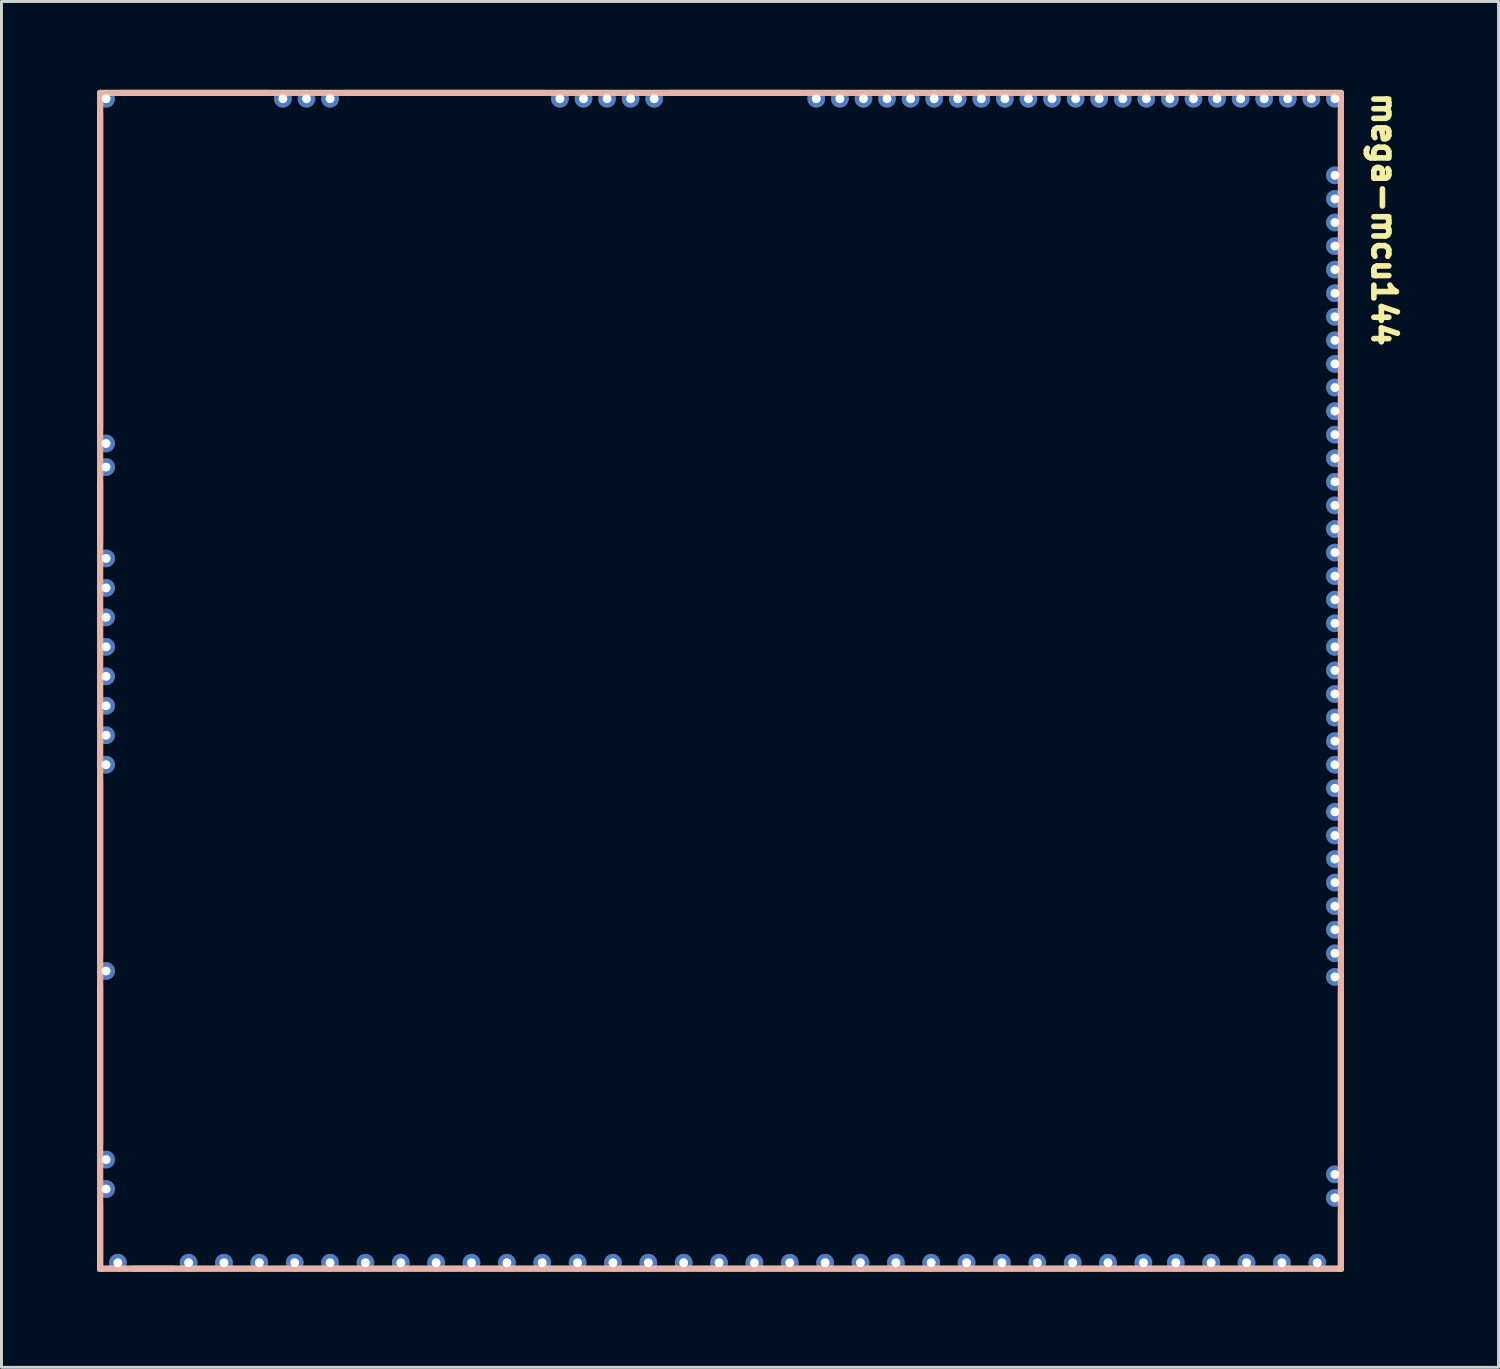
<source format=kicad_pcb>
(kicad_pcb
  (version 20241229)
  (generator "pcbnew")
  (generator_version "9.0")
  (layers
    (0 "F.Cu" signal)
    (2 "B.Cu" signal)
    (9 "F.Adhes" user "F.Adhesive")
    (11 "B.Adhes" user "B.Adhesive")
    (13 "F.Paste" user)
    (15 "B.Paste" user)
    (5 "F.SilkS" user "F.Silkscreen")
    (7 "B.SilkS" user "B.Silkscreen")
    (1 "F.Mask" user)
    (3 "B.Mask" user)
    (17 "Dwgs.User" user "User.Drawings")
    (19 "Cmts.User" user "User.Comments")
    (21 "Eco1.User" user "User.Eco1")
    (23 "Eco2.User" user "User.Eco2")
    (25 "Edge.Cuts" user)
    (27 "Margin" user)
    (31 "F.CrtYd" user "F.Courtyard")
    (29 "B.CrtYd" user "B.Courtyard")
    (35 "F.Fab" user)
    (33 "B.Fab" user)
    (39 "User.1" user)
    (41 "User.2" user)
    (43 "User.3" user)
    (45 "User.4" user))
  (footprint "mega-mcu144"
    (layer "F.Cu")
    (at 0.25 40.1)
    (property "Reference" "mega-mcu144" (at 43.218 -40.094 270) (unlocked yes) (layer "F.SilkS") (effects (font (size 0.762 0.762) (thickness 0.254)) (justify left bottom)))
    (fp_line (start 0.1 -40) (end 40.9 -40) (stroke (width 0.2) (type solid)) (layer "F.SilkS"))
    (fp_line (start 0.1 -0.1) (end 0.1 -40) (stroke (width 0.2) (type solid)) (layer "F.SilkS"))
    (fp_line (start 0.1 -0.1) (end 42.2 -0.1) (stroke (width 0.2) (type solid)) (layer "F.SilkS"))
    (fp_line (start 40.9 -40) (end 42.2 -40) (stroke (width 0.2) (type solid)) (layer "F.SilkS"))
    (fp_line (start 42.2 -0.1) (end 42.2 -40) (stroke (width 0.2) (type solid)) (layer "F.SilkS"))
    (fp_line (start 0.1 -40) (end 40.9 -40) (stroke (width 0.2) (type solid)) (layer "B.SilkS"))
    (fp_line (start 0.1 -0.1) (end 0.1 -40) (stroke (width 0.2) (type solid)) (layer "B.SilkS"))
    (fp_line (start 0.1 -0.1) (end 42.2 -0.1) (stroke (width 0.2) (type solid)) (layer "B.SilkS"))
    (fp_line (start 40.9 -40) (end 42.2 -40) (stroke (width 0.2) (type solid)) (layer "B.SilkS"))
    (fp_line (start 42.2 -0.1) (end 42.2 -40) (stroke (width 0.2) (type solid)) (layer "B.SilkS"))
    (pad "E1" thru_hole circle (at 42 -37.2) (size 0.6 0.6) (drill 0.3) (layers "*.Cu"))
    (pad "E2" thru_hole circle (at 42 -36.4) (size 0.6 0.6) (drill 0.3) (layers "*.Cu"))
    (pad "E3" thru_hole circle (at 42 -35.6) (size 0.6 0.6) (drill 0.3) (layers "*.Cu"))
    (pad "E4" thru_hole circle (at 42 -34.8) (size 0.6 0.6) (drill 0.3) (layers "*.Cu"))
    (pad "E6" thru_hole circle (at 42 -34 270) (size 0.6 0.6) (drill 0.3) (layers "*.Cu"))
    (pad "E7" thru_hole circle (at 42 -33.2 270) (size 0.6 0.6) (drill 0.3) (layers "*.Cu"))
    (pad "E8" thru_hole circle (at 42 -32.4 270) (size 0.6 0.6) (drill 0.3) (layers "*.Cu"))
    (pad "E9" thru_hole circle (at 42 -31.6 270) (size 0.6 0.6) (drill 0.3) (layers "*.Cu"))
    (pad "E10" thru_hole circle (at 42 -30.8 270) (size 0.6 0.6) (drill 0.3) (layers "*.Cu"))
    (pad "E11" thru_hole circle (at 42 -30 270) (size 0.6 0.6) (drill 0.3) (layers "*.Cu"))
    (pad "E12" thru_hole circle (at 42 -29.2 270) (size 0.6 0.6) (drill 0.3) (layers "*.Cu"))
    (pad "E13" thru_hole circle (at 42 -28.4 270) (size 0.6 0.6) (drill 0.3) (layers "*.Cu"))
    (pad "E14" thru_hole circle (at 42 -27.6 270) (size 0.6 0.6) (drill 0.3) (layers "*.Cu"))
    (pad "E15" thru_hole circle (at 42 -26.8 270) (size 0.6 0.6) (drill 0.3) (layers "*.Cu"))
    (pad "E16" thru_hole circle (at 42 -26 270) (size 0.6 0.6) (drill 0.3) (layers "*.Cu"))
    (pad "E17" thru_hole circle (at 42 -25.2 270) (size 0.6 0.6) (drill 0.3) (layers "*.Cu"))
    (pad "E18" thru_hole circle (at 42 -24.4 270) (size 0.6 0.6) (drill 0.3) (layers "*.Cu"))
    (pad "E19" thru_hole circle (at 42 -23.6 270) (size 0.6 0.6) (drill 0.3) (layers "*.Cu"))
    (pad "E20" thru_hole circle (at 42 -22.8 270) (size 0.6 0.6) (drill 0.3) (layers "*.Cu"))
    (pad "E21" thru_hole circle (at 42 -22 270) (size 0.6 0.6) (drill 0.3) (layers "*.Cu"))
    (pad "E22" thru_hole circle (at 42 -21.2 270) (size 0.6 0.6) (drill 0.3) (layers "*.Cu"))
    (pad "E23" thru_hole circle (at 42 -20.4 270) (size 0.6 0.6) (drill 0.3) (layers "*.Cu"))
    (pad "E24" thru_hole circle (at 42 -19.6 270) (size 0.6 0.6) (drill 0.3) (layers "*.Cu"))
    (pad "E25" thru_hole circle (at 42 -18.8 180) (size 0.6 0.6) (drill 0.3) (layers "*.Cu"))
    (pad "E26" thru_hole circle (at 42 -18 180) (size 0.6 0.6) (drill 0.3) (layers "*.Cu"))
    (pad "E27" thru_hole circle (at 42 -17.2 270) (size 0.6 0.6) (drill 0.3) (layers "*.Cu"))
    (pad "E28" thru_hole circle (at 42 -16.4 270) (size 0.6 0.6) (drill 0.3) (layers "*.Cu"))
    (pad "E29" thru_hole circle (at 42 -15.6 180) (size 0.6 0.6) (drill 0.3) (layers "*.Cu"))
    (pad "E30" thru_hole circle (at 42 -14.8 180) (size 0.6 0.6) (drill 0.3) (layers "*.Cu"))
    (pad "E31" thru_hole circle (at 42 -14 180) (size 0.6 0.6) (drill 0.3) (layers "*.Cu"))
    (pad "E32" thru_hole circle (at 42 -13.2 180) (size 0.6 0.6) (drill 0.3) (layers "*.Cu"))
    (pad "E33" thru_hole circle (at 42 -12.4 180) (size 0.6 0.6) (drill 0.3) (layers "*.Cu"))
    (pad "E34" thru_hole circle (at 42 -11.6 180) (size 0.6 0.6) (drill 0.3) (layers "*.Cu"))
    (pad "E35" thru_hole circle (at 42 -10.8 270) (size 0.6 0.6) (drill 0.3) (layers "*.Cu"))
    (pad "E36" thru_hole circle (at 42 -10 270) (size 0.6 0.6) (drill 0.3) (layers "*.Cu"))
    (pad "E38" thru_hole circle (at 42 -3.3 270) (size 0.6 0.6) (drill 0.3) (layers "*.Cu"))
    (pad "E39" thru_hole circle (at 42 -2.5 270) (size 0.6 0.6) (drill 0.3) (layers "*.Cu"))
    (pad "G" smd rect (at 0.1 -1.15) (size 0.2 2.3) (layers "F.Cu" "F.Paste"))
    (pad "G" smd rect (at 0.1 -1.15) (size 0.2 2.3) (layers "B.Cu" "B.Paste"))
    (pad "G" smd rect (at 0.1 -1.15) (size 0.2 2.3) (layers "In1.Cu"))
    (pad "G" smd rect (at 0.1 -1.15) (size 0.2 2.3) (layers "In2.Cu"))
    (pad "G" smd rect (at 0.1 -33.95) (size 0.2 10.7) (layers "F.Cu" "F.Paste"))
    (pad "G" smd rect (at 0.1 -33.95) (size 0.2 10.7) (layers "B.Cu" "B.Paste"))
    (pad "G" smd rect (at 0.1 -33.95) (size 0.2 10.7) (layers "In1.Cu"))
    (pad "G" smd rect (at 0.1 -33.95) (size 0.2 10.7) (layers "In2.Cu"))
    (pad "G" smd rect (at 0.1 -25.75) (size 0.2 2.1) (layers "F.Cu" "F.Paste"))
    (pad "G" smd rect (at 0.1 -25.75) (size 0.2 2.1) (layers "B.Cu" "B.Paste"))
    (pad "G" smd rect (at 0.1 -25.75) (size 0.2 2.1) (layers "In1.Cu"))
    (pad "G" smd rect (at 0.1 -25.75) (size 0.2 2.1) (layers "In2.Cu"))
    (pad "G" smd rect (at 0.1 -13.7) (size 0.2 6) (layers "F.Cu" "F.Paste"))
    (pad "G" smd rect (at 0.1 -13.7) (size 0.2 6) (layers "B.Cu" "B.Paste"))
    (pad "G" smd rect (at 0.1 -13.7) (size 0.2 6) (layers "In1.Cu"))
    (pad "G" smd rect (at 0.1 -13.7) (size 0.2 6) (layers "In2.Cu"))
    (pad "G" smd rect (at 0.1 -7) (size 0.2 5.4) (layers "F.Cu" "F.Paste"))
    (pad "G" smd rect (at 0.1 -7) (size 0.2 5.4) (layers "B.Cu" "B.Paste"))
    (pad "G" smd rect (at 0.1 -7) (size 0.2 5.4) (layers "In1.Cu"))
    (pad "G" smd rect (at 0.1 -7) (size 0.2 5.4) (layers "In2.Cu"))
    (pad "G" smd rect (at 1.9 -0.1 90) (size 0.2 1.4) (layers "F.Cu" "F.Paste"))
    (pad "G" smd rect (at 1.9 -0.1 90) (size 0.2 1.4) (layers "B.Cu" "B.Paste"))
    (pad "G" smd rect (at 1.9 -0.1 90) (size 0.2 1.4) (layers "In1.Cu"))
    (pad "G" smd rect (at 1.9 -0.1 90) (size 0.2 1.4) (layers "In2.Cu"))
    (pad "G" smd rect (at 3.3 -40 270) (size 0.2 5) (layers "F.Cu" "F.Paste"))
    (pad "G" smd rect (at 3.3 -40 270) (size 0.2 5) (layers "B.Cu" "B.Paste"))
    (pad "G" smd rect (at 3.3 -40 270) (size 0.2 5) (layers "In1.Cu"))
    (pad "G" smd rect (at 3.3 -40 270) (size 0.2 5) (layers "In2.Cu"))
    (pad "G" smd rect (at 11.8 -40 270) (size 0.2 6.8) (layers "F.Cu" "F.Paste"))
    (pad "G" smd rect (at 11.8 -40 270) (size 0.2 6.8) (layers "B.Cu" "B.Paste"))
    (pad "G" smd rect (at 11.8 -40 270) (size 0.2 6.8) (layers "In1.Cu"))
    (pad "G" smd rect (at 11.8 -40 270) (size 0.2 6.8) (layers "In2.Cu"))
    (pad "G" smd rect (at 21.65 -40 270) (size 0.2 4.5) (layers "F.Cu" "F.Paste"))
    (pad "G" smd rect (at 21.65 -40 270) (size 0.2 4.5) (layers "B.Cu" "B.Paste"))
    (pad "G" smd rect (at 21.65 -40 270) (size 0.2 4.5) (layers "In1.Cu"))
    (pad "G" smd rect (at 21.65 -40 270) (size 0.2 4.5) (layers "In2.Cu"))
    (pad "G" smd rect (at 42.2 -38.5 180) (size 0.2 1.6) (layers "F.Cu" "F.Paste"))
    (pad "G" smd rect (at 42.2 -38.5 180) (size 0.2 1.6) (layers "B.Cu" "B.Paste"))
    (pad "G" smd rect (at 42.2 -38.5 180) (size 0.2 1.6) (layers "In1.Cu"))
    (pad "G" smd rect (at 42.2 -38.5 180) (size 0.2 1.6) (layers "In2.Cu"))
    (pad "G" smd rect (at 42.2 -6.65 180) (size 0.2 5.7) (layers "F.Cu" "F.Paste"))
    (pad "G" smd rect (at 42.2 -6.65 180) (size 0.2 5.7) (layers "B.Cu" "B.Paste"))
    (pad "G" smd rect (at 42.2 -6.65 180) (size 0.2 5.7) (layers "In1.Cu"))
    (pad "G" smd rect (at 42.2 -6.65 180) (size 0.2 5.7) (layers "In2.Cu"))
    (pad "G" smd rect (at 42.2 -1 180) (size 0.2 2) (layers "F.Cu" "F.Paste"))
    (pad "G" smd rect (at 42.2 -1 180) (size 0.2 2) (layers "B.Cu" "B.Paste"))
    (pad "G" smd rect (at 42.2 -1 180) (size 0.2 2) (layers "In1.Cu"))
    (pad "G" smd rect (at 42.2 -1 180) (size 0.2 2) (layers "In2.Cu"))
    (pad "N1" thru_hole circle (at 42 -39.8 270) (size 0.6 0.6) (drill 0.3) (layers "*.Cu"))
    (pad "N2" thru_hole circle (at 41.2 -39.8 270) (size 0.6 0.6) (drill 0.3) (layers "*.Cu"))
    (pad "N3" thru_hole circle (at 40.4 -39.8 270) (size 0.6 0.6) (drill 0.3) (layers "*.Cu"))
    (pad "N4" thru_hole circle (at 39.6 -39.8 270) (size 0.6 0.6) (drill 0.3) (layers "*.Cu"))
    (pad "N5" thru_hole circle (at 38.8 -39.8 90) (size 0.6 0.6) (drill 0.3) (layers "*.Cu"))
    (pad "N6" thru_hole circle (at 38 -39.8 270) (size 0.6 0.6) (drill 0.3) (layers "*.Cu"))
    (pad "N7" thru_hole circle (at 37.2 -39.8 270) (size 0.6 0.6) (drill 0.3) (layers "*.Cu"))
    (pad "N8" thru_hole circle (at 36.4 -39.8 270) (size 0.6 0.6) (drill 0.3) (layers "*.Cu"))
    (pad "N9" thru_hole circle (at 35.6 -39.8 90) (size 0.6 0.6) (drill 0.3) (layers "*.Cu"))
    (pad "N10" thru_hole circle (at 34.8 -39.8 90) (size 0.6 0.6) (drill 0.3) (layers "*.Cu"))
    (pad "N11" thru_hole circle (at 34 -39.8 90) (size 0.6 0.6) (drill 0.3) (layers "*.Cu"))
    (pad "N12" thru_hole circle (at 33.2 -39.8 90) (size 0.6 0.6) (drill 0.3) (layers "*.Cu"))
    (pad "N13" thru_hole circle (at 32.4 -39.8 90) (size 0.6 0.6) (drill 0.3) (layers "*.Cu"))
    (pad "N14" thru_hole circle (at 31.6 -39.8 270) (size 0.6 0.6) (drill 0.3) (layers "*.Cu"))
    (pad "N15" thru_hole circle (at 30.8 -39.8 270) (size 0.6 0.6) (drill 0.3) (layers "*.Cu"))
    (pad "N16" thru_hole circle (at 30 -39.8 270) (size 0.6 0.6) (drill 0.3) (layers "*.Cu"))
    (pad "N17" thru_hole circle (at 29.2 -39.8 270) (size 0.6 0.6) (drill 0.3) (layers "*.Cu"))
    (pad "N18" thru_hole circle (at 28.4 -39.8 270) (size 0.6 0.6) (drill 0.3) (layers "*.Cu"))
    (pad "N19" thru_hole circle (at 27.6 -39.8 270) (size 0.6 0.6) (drill 0.3) (layers "*.Cu"))
    (pad "N20" thru_hole circle (at 26.8 -39.8 270) (size 0.6 0.6) (drill 0.3) (layers "*.Cu"))
    (pad "N21" thru_hole circle (at 26 -39.8 270) (size 0.6 0.6) (drill 0.3) (layers "*.Cu"))
    (pad "N22" thru_hole circle (at 25.2 -39.8 270) (size 0.6 0.6) (drill 0.3) (layers "*.Cu"))
    (pad "N23" thru_hole circle (at 24.4 -39.8 270) (size 0.6 0.6) (drill 0.3) (layers "*.Cu"))
    (pad "N24" thru_hole circle (at 18.9 -39.8 270) (size 0.6 0.6) (drill 0.3) (layers "*.Cu"))
    (pad "N25" thru_hole circle (at 18.1 -39.8 270) (size 0.6 0.6) (drill 0.3) (layers "*.Cu"))
    (pad "N26" thru_hole circle (at 17.3 -39.8 270) (size 0.6 0.6) (drill 0.3) (layers "*.Cu"))
    (pad "N27" thru_hole circle (at 16.5 -39.8 270) (size 0.6 0.6) (drill 0.3) (layers "*.Cu"))
    (pad "N28" thru_hole circle (at 15.7 -39.8 270) (size 0.6 0.6) (drill 0.3) (layers "*.Cu"))
    (pad "N29" thru_hole circle (at 7.9 -39.8 270) (size 0.6 0.6) (drill 0.3) (layers "*.Cu"))
    (pad "N30" thru_hole circle (at 7.1 -39.8 270) (size 0.6 0.6) (drill 0.3) (layers "*.Cu"))
    (pad "N31" thru_hole circle (at 6.3 -39.8 270) (size 0.6 0.6) (drill 0.3) (layers "*.Cu"))
    (pad "N32" thru_hole circle (at 0.3 -39.8 270) (size 0.6 0.6) (drill 0.3) (layers "*.Cu"))
    (pad "S1" thru_hole circle (at 41.4 -0.3 270) (size 0.6 0.6) (drill 0.3) (layers "*.Cu"))
    (pad "S2" thru_hole circle (at 40.2 -0.3 270) (size 0.6 0.6) (drill 0.3) (layers "*.Cu"))
    (pad "S3" thru_hole circle (at 39 -0.3 270) (size 0.6 0.6) (drill 0.3) (layers "*.Cu"))
    (pad "S4" thru_hole circle (at 37.8 -0.3 270) (size 0.6 0.6) (drill 0.3) (layers "*.Cu"))
    (pad "S5" thru_hole circle (at 36.6 -0.3 270) (size 0.6 0.6) (drill 0.3) (layers "*.Cu"))
    (pad "S6" thru_hole circle (at 35.5 -0.3 270) (size 0.6 0.6) (drill 0.3) (layers "*.Cu"))
    (pad "S7" thru_hole circle (at 34.3 -0.3 270) (size 0.6 0.6) (drill 0.3) (layers "*.Cu"))
    (pad "S8" thru_hole circle (at 33.1 -0.3 270) (size 0.6 0.6) (drill 0.3) (layers "*.Cu"))
    (pad "S9" thru_hole circle (at 31.9 -0.3 270) (size 0.6 0.6) (drill 0.3) (layers "*.Cu"))
    (pad "S10" thru_hole circle (at 30.7 -0.3 270) (size 0.6 0.6) (drill 0.3) (layers "*.Cu"))
    (pad "S11" thru_hole circle (at 29.5 -0.3 270) (size 0.6 0.6) (drill 0.3) (layers "*.Cu"))
    (pad "S12" thru_hole circle (at 28.3 -0.3 270) (size 0.6 0.6) (drill 0.3) (layers "*.Cu"))
    (pad "S13" thru_hole circle (at 27.1 -0.3 270) (size 0.6 0.6) (drill 0.3) (layers "*.Cu"))
    (pad "S14" thru_hole circle (at 25.9 -0.3 270) (size 0.6 0.6) (drill 0.3) (layers "*.Cu"))
    (pad "S15" thru_hole circle (at 24.7 -0.3 270) (size 0.6 0.6) (drill 0.3) (layers "*.Cu"))
    (pad "S16" thru_hole circle (at 23.5 -0.3 270) (size 0.6 0.6) (drill 0.3) (layers "*.Cu"))
    (pad "S17" thru_hole circle (at 22.3 -0.3 270) (size 0.6 0.6) (drill 0.3) (layers "*.Cu"))
    (pad "S18" thru_hole circle (at 21.1 -0.3 270) (size 0.6 0.6) (drill 0.3) (layers "*.Cu"))
    (pad "S19" thru_hole circle (at 19.9 -0.3 270) (size 0.6 0.6) (drill 0.3) (layers "*.Cu"))
    (pad "S20" thru_hole circle (at 18.7 -0.3 270) (size 0.6 0.6) (drill 0.3) (layers "*.Cu"))
    (pad "S21" thru_hole circle (at 17.5 -0.3 270) (size 0.6 0.6) (drill 0.3) (layers "*.Cu"))
    (pad "S22" thru_hole circle (at 16.3 -0.3 270) (size 0.6 0.6) (drill 0.3) (layers "*.Cu"))
    (pad "S23" thru_hole circle (at 15.1 -0.3 270) (size 0.6 0.6) (drill 0.3) (layers "*.Cu"))
    (pad "S24" thru_hole circle (at 13.9 -0.3 270) (size 0.6 0.6) (drill 0.3) (layers "*.Cu"))
    (pad "S25" thru_hole circle (at 12.7 -0.3 270) (size 0.6 0.6) (drill 0.3) (layers "*.Cu"))
    (pad "S26" thru_hole circle (at 11.5 -0.3 270) (size 0.6 0.6) (drill 0.3) (layers "*.Cu"))
    (pad "S27" thru_hole circle (at 10.3 -0.3 270) (size 0.6 0.6) (drill 0.3) (layers "*.Cu"))
    (pad "S28" thru_hole circle (at 9.1 -0.3 270) (size 0.6 0.6) (drill 0.3) (layers "*.Cu"))
    (pad "S29" thru_hole circle (at 7.9 -0.3 270) (size 0.6 0.6) (drill 0.3) (layers "*.Cu"))
    (pad "S30" thru_hole circle (at 6.7 -0.3 270) (size 0.6 0.6) (drill 0.3) (layers "*.Cu"))
    (pad "S31" thru_hole circle (at 5.5 -0.3 270) (size 0.6 0.6) (drill 0.3) (layers "*.Cu"))
    (pad "S32" thru_hole circle (at 4.3 -0.3 270) (size 0.6 0.6) (drill 0.3) (layers "*.Cu"))
    (pad "S33" thru_hole circle (at 3.1 -0.3 270) (size 0.6 0.6) (drill 0.3) (layers "*.Cu"))
    (pad "S35" thru_hole circle (at 0.7 -0.3 270) (size 0.6 0.6) (drill 0.3) (layers "*.Cu"))
    (pad "W1" thru_hole circle (at 0.3 -2.8 180) (size 0.6 0.6) (drill 0.3) (layers "*.Cu"))
    (pad "W2" thru_hole circle (at 0.3 -3.8 270) (size 0.6 0.6) (drill 0.3) (layers "*.Cu"))
    (pad "W3" thru_hole circle (at 0.3 -10.2 180) (size 0.6 0.6) (drill 0.3) (layers "*.Cu"))
    (pad "W4" thru_hole circle (at 0.3 -17.2 180) (size 0.6 0.6) (drill 0.3) (layers "*.Cu"))
    (pad "W5" thru_hole circle (at 0.3 -18.2 180) (size 0.6 0.6) (drill 0.3) (layers "*.Cu"))
    (pad "W6" thru_hole circle (at 0.3 -19.2 180) (size 0.6 0.6) (drill 0.3) (layers "*.Cu"))
    (pad "W7" thru_hole circle (at 0.3 -20.2 180) (size 0.6 0.6) (drill 0.3) (layers "*.Cu"))
    (pad "W8" thru_hole circle (at 0.3 -21.2 180) (size 0.6 0.6) (drill 0.3) (layers "*.Cu"))
    (pad "W9" thru_hole circle (at 0.3 -22.2 180) (size 0.6 0.6) (drill 0.3) (layers "*.Cu"))
    (pad "W10" thru_hole circle (at 0.3 -23.2 180) (size 0.6 0.6) (drill 0.3) (layers "*.Cu"))
    (pad "W11" thru_hole circle (at 0.3 -24.2 180) (size 0.6 0.6) (drill 0.3) (layers "*.Cu"))
    (pad "W12" thru_hole circle (at 0.3 -27.3 270) (size 0.6 0.6) (drill 0.3) (layers "*.Cu"))
    (pad "W13" thru_hole circle (at 0.3 -28.1 270) (size 0.6 0.6) (drill 0.3) (layers "*.Cu"))
    (zone (net_name "") (layers "F.Cu" "B.Cu") (hatch edge 0.508) (connect_pads) (min_thickness 0.254) (filled_areas_thickness no) (keepout (tracks allowed) (vias allowed) (pads allowed) (copperpour not_allowed) (footprints allowed)) (placement (enabled no)) (fill) (polygon (pts (xy 42.45 40) (xy 0.35 40) (xy 0.35 0.1) (xy 42.45 0.1)))))
  (gr_rect
    (start -3 -3)
    (end 47.802 43.35)
    (stroke (width 0.1) (type default))
    (fill no)
    (layer "Edge.Cuts")))
</source>
